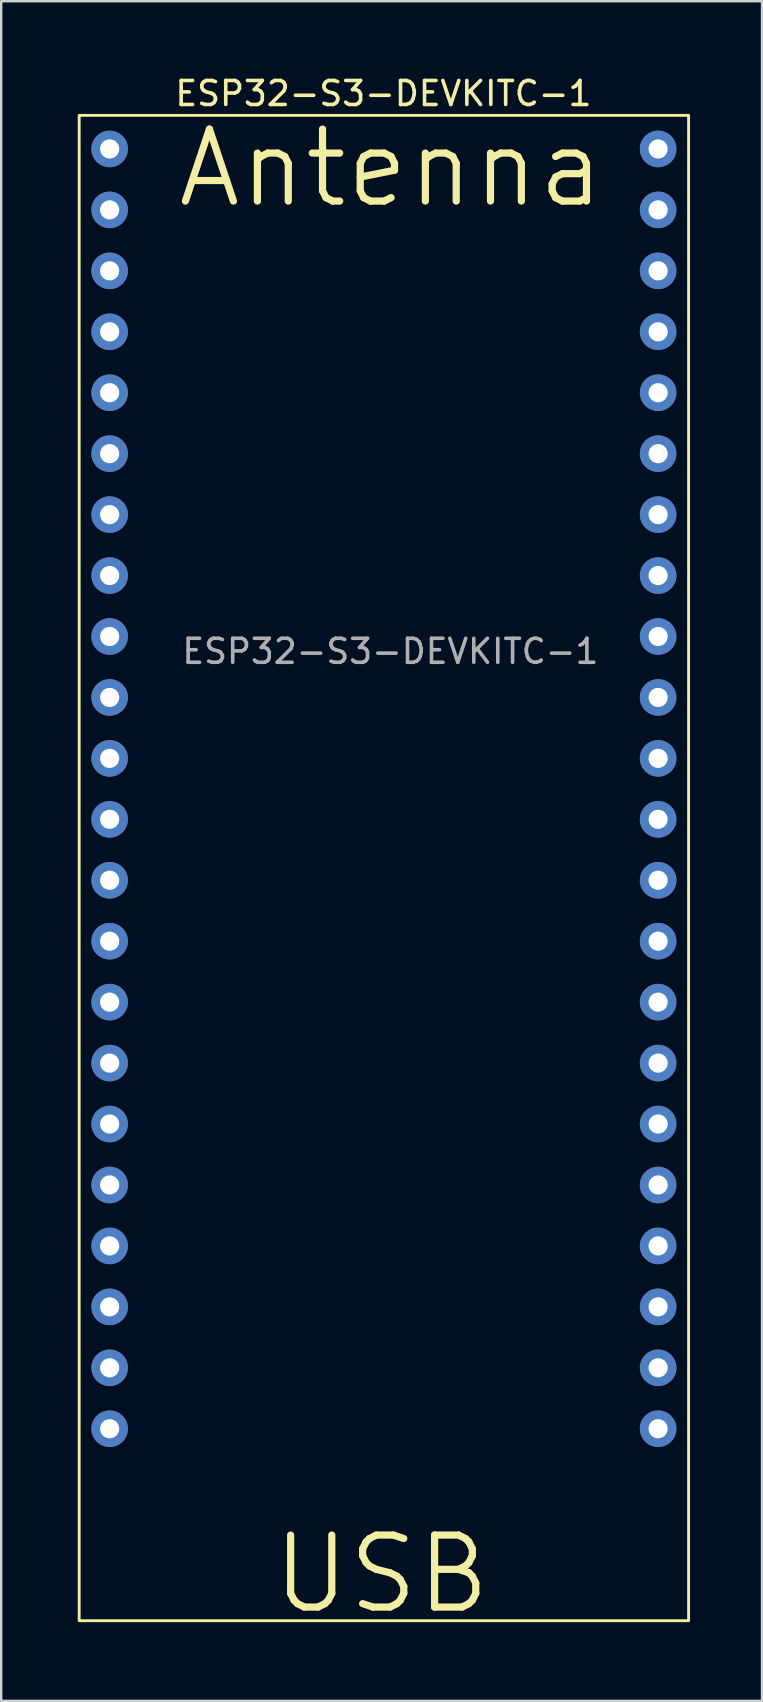
<source format=kicad_pcb>
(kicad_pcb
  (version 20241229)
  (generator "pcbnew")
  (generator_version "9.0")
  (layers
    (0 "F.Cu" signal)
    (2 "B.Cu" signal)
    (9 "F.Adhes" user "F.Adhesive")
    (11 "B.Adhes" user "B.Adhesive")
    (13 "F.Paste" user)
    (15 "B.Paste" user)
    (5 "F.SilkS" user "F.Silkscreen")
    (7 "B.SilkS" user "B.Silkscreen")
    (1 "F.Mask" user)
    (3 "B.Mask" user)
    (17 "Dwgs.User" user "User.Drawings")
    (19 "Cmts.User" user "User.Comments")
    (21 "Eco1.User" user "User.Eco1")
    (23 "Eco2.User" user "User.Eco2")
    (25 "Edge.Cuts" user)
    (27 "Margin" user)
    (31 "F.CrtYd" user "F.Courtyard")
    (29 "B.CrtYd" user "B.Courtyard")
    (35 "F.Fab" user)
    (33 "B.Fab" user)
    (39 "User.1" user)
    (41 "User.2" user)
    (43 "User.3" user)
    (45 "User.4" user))
  (footprint "ESP32-S3-DEVKITC-1"
    (layer "F.Cu")
    (at 0.25 1.758)
    (property "Reference" "ESP32-S3-DEVKITC-1" (at 12.68 -0.91 0) (unlocked yes) (layer "F.SilkS") (effects (font (size 1 1) (thickness 0.15))))
    (attr through_hole)
    (fp_rect (start 0 0) (end 25.4 62.74) (stroke (width 0.12) (type solid)) (fill no) (layer "F.SilkS"))
    (fp_text user "USB" (at 12.6 60.8 0) (unlocked yes) (layer "F.SilkS") (effects (font (size 3 3) (thickness 0.3))))
    (fp_text user "Antenna" (at 13 2.2 0) (unlocked yes) (layer "F.SilkS") (effects (font (size 3 3) (thickness 0.3))))
    (fp_text user "${REFERENCE}" (at 12.97 22.34 0) (unlocked yes) (layer "F.Fab") (effects (font (size 1 1) (thickness 0.15))))
    (pad "1" thru_hole circle (at 1.27 1.4) (size 1.524 1.524) (drill 0.8) (layers "*.Cu" "*.Mask"))
    (pad "2" thru_hole circle (at 1.27 3.94) (size 1.524 1.524) (drill 0.8) (layers "*.Cu" "*.Mask"))
    (pad "3" thru_hole circle (at 1.27 6.48) (size 1.524 1.524) (drill 0.8) (layers "*.Cu" "*.Mask"))
    (pad "4" thru_hole circle (at 1.27 9.02) (size 1.524 1.524) (drill 0.8) (layers "*.Cu" "*.Mask"))
    (pad "5" thru_hole circle (at 1.27 11.56) (size 1.524 1.524) (drill 0.8) (layers "*.Cu" "*.Mask"))
    (pad "6" thru_hole circle (at 1.27 14.1) (size 1.524 1.524) (drill 0.8) (layers "*.Cu" "*.Mask"))
    (pad "7" thru_hole circle (at 1.27 16.64) (size 1.524 1.524) (drill 0.8) (layers "*.Cu" "*.Mask"))
    (pad "8" thru_hole circle (at 1.27 19.18) (size 1.524 1.524) (drill 0.8) (layers "*.Cu" "*.Mask"))
    (pad "9" thru_hole circle (at 1.27 21.72) (size 1.524 1.524) (drill 0.8) (layers "*.Cu" "*.Mask"))
    (pad "10" thru_hole circle (at 1.27 24.26) (size 1.524 1.524) (drill 0.8) (layers "*.Cu" "*.Mask"))
    (pad "11" thru_hole circle (at 1.27 26.8) (size 1.524 1.524) (drill 0.8) (layers "*.Cu" "*.Mask"))
    (pad "12" thru_hole circle (at 1.27 29.34) (size 1.524 1.524) (drill 0.8) (layers "*.Cu" "*.Mask"))
    (pad "13" thru_hole circle (at 1.27 31.88) (size 1.524 1.524) (drill 0.8) (layers "*.Cu" "*.Mask"))
    (pad "14" thru_hole circle (at 1.27 34.42) (size 1.524 1.524) (drill 0.8) (layers "*.Cu" "*.Mask"))
    (pad "15" thru_hole circle (at 1.27 36.96) (size 1.524 1.524) (drill 0.8) (layers "*.Cu" "*.Mask"))
    (pad "16" thru_hole circle (at 1.27 39.5) (size 1.524 1.524) (drill 0.8) (layers "*.Cu" "*.Mask"))
    (pad "17" thru_hole circle (at 1.27 42.04) (size 1.524 1.524) (drill 0.8) (layers "*.Cu" "*.Mask"))
    (pad "18" thru_hole circle (at 1.27 44.58) (size 1.524 1.524) (drill 0.8) (layers "*.Cu" "*.Mask"))
    (pad "19" thru_hole circle (at 1.27 47.12) (size 1.524 1.524) (drill 0.8) (layers "*.Cu" "*.Mask"))
    (pad "20" thru_hole circle (at 1.27 49.66) (size 1.524 1.524) (drill 0.8) (layers "*.Cu" "*.Mask"))
    (pad "21" thru_hole circle (at 1.27 52.2) (size 1.524 1.524) (drill 0.8) (layers "*.Cu" "*.Mask"))
    (pad "22" thru_hole circle (at 1.27 54.74) (size 1.524 1.524) (drill 0.8) (layers "*.Cu" "*.Mask"))
    (pad "23" thru_hole circle (at 24.13 54.74) (size 1.524 1.524) (drill 0.8) (layers "*.Cu" "*.Mask"))
    (pad "24" thru_hole circle (at 24.13 52.2) (size 1.524 1.524) (drill 0.8) (layers "*.Cu" "*.Mask"))
    (pad "25" thru_hole circle (at 24.13 49.66) (size 1.524 1.524) (drill 0.8) (layers "*.Cu" "*.Mask"))
    (pad "26" thru_hole circle (at 24.13 47.12) (size 1.524 1.524) (drill 0.8) (layers "*.Cu" "*.Mask"))
    (pad "27" thru_hole circle (at 24.13 44.58) (size 1.524 1.524) (drill 0.8) (layers "*.Cu" "*.Mask"))
    (pad "28" thru_hole circle (at 24.13 42.04) (size 1.524 1.524) (drill 0.8) (layers "*.Cu" "*.Mask"))
    (pad "29" thru_hole circle (at 24.13 39.5) (size 1.524 1.524) (drill 0.8) (layers "*.Cu" "*.Mask"))
    (pad "30" thru_hole circle (at 24.13 36.96) (size 1.524 1.524) (drill 0.8) (layers "*.Cu" "*.Mask"))
    (pad "31" thru_hole circle (at 24.13 34.42) (size 1.524 1.524) (drill 0.8) (layers "*.Cu" "*.Mask"))
    (pad "32" thru_hole circle (at 24.13 31.88) (size 1.524 1.524) (drill 0.8) (layers "*.Cu" "*.Mask"))
    (pad "33" thru_hole circle (at 24.13 29.34) (size 1.524 1.524) (drill 0.8) (layers "*.Cu" "*.Mask"))
    (pad "34" thru_hole circle (at 24.13 26.8) (size 1.524 1.524) (drill 0.8) (layers "*.Cu" "*.Mask"))
    (pad "35" thru_hole circle (at 24.13 24.26) (size 1.524 1.524) (drill 0.8) (layers "*.Cu" "*.Mask"))
    (pad "36" thru_hole circle (at 24.13 21.72) (size 1.524 1.524) (drill 0.8) (layers "*.Cu" "*.Mask"))
    (pad "37" thru_hole circle (at 24.13 19.18) (size 1.524 1.524) (drill 0.8) (layers "*.Cu" "*.Mask"))
    (pad "38" thru_hole circle (at 24.13 16.64) (size 1.524 1.524) (drill 0.8) (layers "*.Cu" "*.Mask"))
    (pad "39" thru_hole circle (at 24.13 14.1) (size 1.524 1.524) (drill 0.8) (layers "*.Cu" "*.Mask"))
    (pad "40" thru_hole circle (at 24.13 11.56) (size 1.524 1.524) (drill 0.8) (layers "*.Cu" "*.Mask"))
    (pad "41" thru_hole circle (at 24.13 9.02) (size 1.524 1.524) (drill 0.8) (layers "*.Cu" "*.Mask"))
    (pad "42" thru_hole circle (at 24.13 6.48) (size 1.524 1.524) (drill 0.8) (layers "*.Cu" "*.Mask"))
    (pad "43" thru_hole circle (at 24.13 3.94) (size 1.524 1.524) (drill 0.8) (layers "*.Cu" "*.Mask"))
    (pad "44" thru_hole circle (at 24.13 1.4) (size 1.524 1.524) (drill 0.8) (layers "*.Cu" "*.Mask")))
  (gr_rect
    (start -3 -3)
    (end 28.71 67.84)
    (stroke (width 0.1) (type default))
    (fill no)
    (layer "Edge.Cuts")))
</source>
